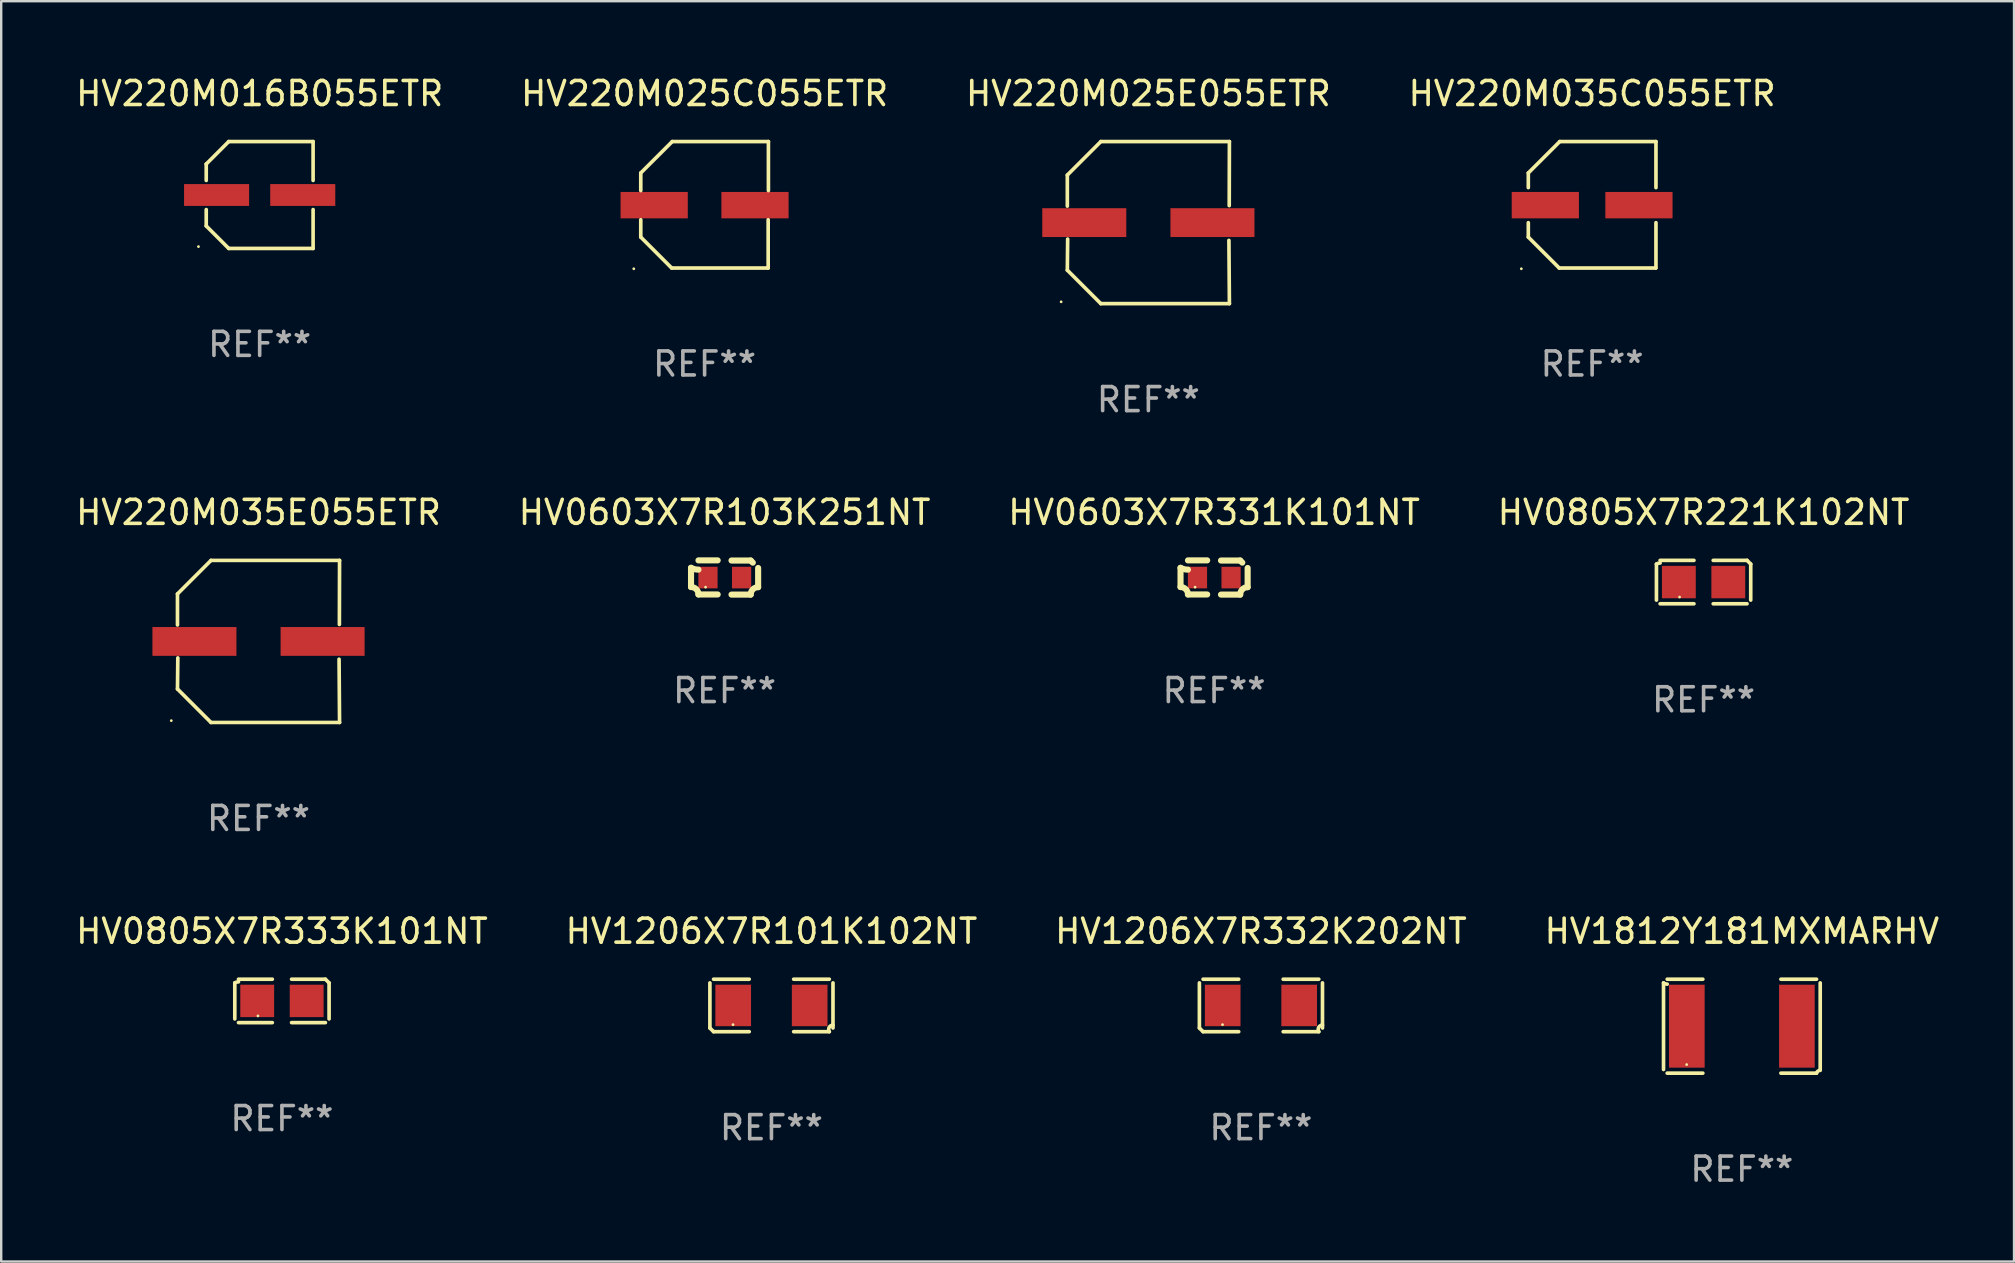
<source format=kicad_pcb>
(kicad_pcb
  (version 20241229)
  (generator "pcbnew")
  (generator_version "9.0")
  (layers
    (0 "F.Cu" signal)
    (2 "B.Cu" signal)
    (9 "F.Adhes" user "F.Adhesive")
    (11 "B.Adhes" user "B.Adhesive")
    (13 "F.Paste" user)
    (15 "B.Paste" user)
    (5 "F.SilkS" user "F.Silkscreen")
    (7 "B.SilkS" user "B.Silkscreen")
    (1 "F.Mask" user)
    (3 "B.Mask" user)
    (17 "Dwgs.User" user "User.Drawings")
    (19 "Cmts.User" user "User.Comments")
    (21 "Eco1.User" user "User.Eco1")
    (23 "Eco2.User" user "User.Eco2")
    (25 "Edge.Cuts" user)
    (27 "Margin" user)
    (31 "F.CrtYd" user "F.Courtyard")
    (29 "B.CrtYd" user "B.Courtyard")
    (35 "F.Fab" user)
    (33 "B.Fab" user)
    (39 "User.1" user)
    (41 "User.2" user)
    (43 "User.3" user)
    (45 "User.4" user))
  (footprint "HV0603X7R331K101NT"
    (layer "F.Cu")
    (at 47.53 21.009)
    (property "Reference" "HV0603X7R331K101NT" (at 0 -2.713 0) (layer "F.SilkS") (effects (font (size 1 1) (thickness 0.15))))
    (attr through_hole)
    (fp_line (start -1.398 -0.403) (end -1.398 0.397) (stroke (width 0.254) (type solid)) (layer "F.SilkS"))
    (fp_line (start -0.288 -0.713) (end -1.088 -0.713) (stroke (width 0.254) (type solid)) (layer "F.SilkS"))
    (fp_line (start -0.288 0.707) (end -1.088 0.707) (stroke (width 0.254) (type solid)) (layer "F.SilkS"))
    (fp_line (start 0.288 -0.707) (end 1.088 -0.707) (stroke (width 0.254) (type solid)) (layer "F.SilkS"))
    (fp_line (start 0.288 0.713) (end 1.088 0.713) (stroke (width 0.254) (type solid)) (layer "F.SilkS"))
    (fp_line (start 1.398 -0.397) (end 1.398 0.403) (stroke (width 0.254) (type solid)) (layer "F.SilkS"))
    (fp_arc (start -1.397789 0.397066) (mid -1.178701 0.487826) (end -1.08796 0.706922) (stroke (width 0.254001) (type solid)) (layer "F.SilkS"))
    (fp_arc (start -1.08796 -0.327176) (mid -1.247436 -0.346384) (end -1.39779 -0.402908) (stroke (width 0.254001) (type solid)) (layer "F.SilkS"))
    (fp_arc (start 1.087909 0.712738) (mid 1.178656 0.493655) (end 1.397739 0.402908) (stroke (width 0.254001) (type solid)) (layer "F.SilkS"))
    (fp_arc (start 1.175925 -0.618926) (mid 1.131917 -0.662923) (end 1.08791 -0.706922) (stroke (width 0.254001) (type solid)) (layer "F.SilkS"))
    (fp_circle (center -0.792 0.403) (end -0.762 0.403) (stroke (width 0.06) (type solid)) (fill no) (layer "F.SilkS"))
    (fp_text user "REF**" (at 0 4.713 0) (layer "F.Fab") (effects (font (size 1 1) (thickness 0.15))))
    (pad "1" smd rect (at -0.692 0.003) (size 0.8 0.9) (layers "F.Cu" "F.Mask" "F.Paste"))
    (pad "2" smd rect (at 0.708 0.003) (size 0.8 0.9) (layers "F.Cu" "F.Mask" "F.Paste")))
  (footprint "HV1206X7R332K202NT"
    (layer "F.Cu")
    (at 49.482 38.838)
    (property "Reference" "HV1206X7R332K202NT" (at 0 -3.093 0) (layer "F.SilkS") (effects (font (size 1 1) (thickness 0.15))))
    (attr through_hole)
    (fp_line (start -2.564 0.94) (end -2.564 -0.94) (stroke (width 0.152) (type solid)) (layer "F.SilkS"))
    (fp_line (start -2.411 -1.093) (end -0.926 -1.093) (stroke (width 0.152) (type solid)) (layer "F.SilkS"))
    (fp_line (start -0.926 1.093) (end -2.411 1.093) (stroke (width 0.152) (type solid)) (layer "F.SilkS"))
    (fp_line (start 0.926 1.093) (end 2.411 1.093) (stroke (width 0.152) (type solid)) (layer "F.SilkS"))
    (fp_line (start 2.411 -1.093) (end 0.926 -1.093) (stroke (width 0.152) (type solid)) (layer "F.SilkS"))
    (fp_line (start 2.564 0.94) (end 2.564 -0.94) (stroke (width 0.152) (type solid)) (layer "F.SilkS"))
    (fp_arc (start -2.411201 1.092609) (mid -2.487413 1.01642) (end -2.563602 0.940208) (stroke (width 0.1524) (type solid)) (layer "F.SilkS"))
    (fp_arc (start 2.411201 1.092609) (mid 2.407159 0.911226) (end 2.563602 0.819347) (stroke (width 0.1524) (type solid)) (layer "F.SilkS"))
    (fp_circle (center -1.6 0.8) (end -1.57 0.8) (stroke (width 0.06) (type solid)) (fill no) (layer "F.SilkS"))
    (fp_text user "REF**" (at 0 5.093 0) (layer "F.Fab") (effects (font (size 1 1) (thickness 0.15))))
    (pad "1" smd rect (at -1.593 0) (size 1.485 1.728) (layers "F.Cu" "F.Mask" "F.Paste"))
    (pad "2" smd rect (at 1.593 0) (size 1.485 1.728) (layers "F.Cu" "F.Mask" "F.Paste")))
  (footprint "HV1812Y181MXMARHV"
    (layer "F.Cu")
    (at 69.518 39.702)
    (property "Reference" "HV1812Y181MXMARHV" (at 0 -3.957 0) (layer "F.SilkS") (effects (font (size 1 1) (thickness 0.15))))
    (attr through_hole)
    (fp_line (start -3.264 1.804) (end -3.264 -1.804) (stroke (width 0.152) (type solid)) (layer "F.SilkS"))
    (fp_line (start -3.111 -1.957) (end -1.626 -1.957) (stroke (width 0.152) (type solid)) (layer "F.SilkS"))
    (fp_line (start -1.626 1.957) (end -3.111 1.957) (stroke (width 0.152) (type solid)) (layer "F.SilkS"))
    (fp_line (start 1.626 1.957) (end 3.111 1.957) (stroke (width 0.152) (type solid)) (layer "F.SilkS"))
    (fp_line (start 3.111 -1.957) (end 1.626 -1.957) (stroke (width 0.152) (type solid)) (layer "F.SilkS"))
    (fp_line (start 3.264 1.804) (end 3.264 -1.804) (stroke (width 0.152) (type solid)) (layer "F.SilkS"))
    (fp_arc (start -3.111202 -1.752192) (mid -3.191715 -1.76555) (end -3.263602 -1.804191) (stroke (width 0.1524) (type solid)) (layer "F.SilkS"))
    (fp_arc (start 3.111201 1.956591) (mid 3.167789 1.872777) (end 3.263602 1.840424) (stroke (width 0.1524) (type solid)) (layer "F.SilkS"))
    (fp_circle (center -2.3 1.6) (end -2.27 1.6) (stroke (width 0.06) (type solid)) (fill no) (layer "F.SilkS"))
    (fp_text user "REF**" (at 0 5.957 0) (layer "F.Fab") (effects (font (size 1 1) (thickness 0.15))))
    (pad "1" smd rect (at -2.293 0) (size 1.485 3.456) (layers "F.Cu" "F.Mask" "F.Paste"))
    (pad "2" smd rect (at 2.293 0) (size 1.485 3.456) (layers "F.Cu" "F.Mask" "F.Paste")))
  (footprint "HV220M035E055ETR"
    (layer "F.Cu")
    (at 7.72 23.673)
    (property "Reference" "HV220M035E055ETR" (at 0 -5.376 0) (layer "F.SilkS") (effects (font (size 1 1) (thickness 0.15))))
    (attr through_hole)
    (fp_line (start -3.376 -1.98) (end -3.376 -0.686) (stroke (width 0.152) (type solid)) (layer "F.SilkS"))
    (fp_line (start -3.376 1.981) (end -3.362 0.686) (stroke (width 0.152) (type solid)) (layer "F.SilkS"))
    (fp_line (start -1.981 3.376) (end -3.376 1.981) (stroke (width 0.152) (type solid)) (layer "F.SilkS"))
    (fp_line (start -1.98 -3.376) (end -3.376 -1.98) (stroke (width 0.152) (type solid)) (layer "F.SilkS"))
    (fp_line (start 3.356 0.74) (end 3.376 3.376) (stroke (width 0.152) (type solid)) (layer "F.SilkS"))
    (fp_line (start 3.369 -0.707) (end 3.376 -3.376) (stroke (width 0.152) (type solid)) (layer "F.SilkS"))
    (fp_line (start 3.376 3.376) (end -1.981 3.376) (stroke (width 0.152) (type solid)) (layer "F.SilkS"))
    (fp_line (start 3.376 -3.376) (end -1.98 -3.376) (stroke (width 0.152) (type solid)) (layer "F.SilkS"))
    (fp_circle (center -3.634 3.3) (end -3.604 3.3) (stroke (width 0.06) (type solid)) (fill no) (layer "F.SilkS"))
    (fp_text user "REF**" (at 0 7.376 0) (layer "F.Fab") (effects (font (size 1 1) (thickness 0.15))))
    (pad "1" smd rect (at -2.67 0.000254) (size 3.5 1.2) (layers "F.Cu" "F.Mask" "F.Paste"))
    (pad "2" smd rect (at 2.67 0.000254) (size 3.5 1.2) (layers "F.Cu" "F.Mask" "F.Paste")))
  (footprint "HV0805X7R221K102NT"
    (layer "F.Cu")
    (at 67.923 21.2)
    (property "Reference" "HV0805X7R221K102NT" (at 0 -2.904 0) (layer "F.SilkS") (effects (font (size 1 1) (thickness 0.15))))
    (attr through_hole)
    (fp_line (start -1.964 0.751) (end -1.964 -0.751) (stroke (width 0.152) (type solid)) (layer "F.SilkS"))
    (fp_line (start -1.811 -0.904) (end -0.401 -0.904) (stroke (width 0.152) (type solid)) (layer "F.SilkS"))
    (fp_line (start -0.401 0.904) (end -1.811 0.904) (stroke (width 0.152) (type solid)) (layer "F.SilkS"))
    (fp_line (start 0.401 0.904) (end 1.811 0.904) (stroke (width 0.152) (type solid)) (layer "F.SilkS"))
    (fp_line (start 1.811 -0.904) (end 0.401 -0.904) (stroke (width 0.152) (type solid)) (layer "F.SilkS"))
    (fp_line (start 1.964 0.751) (end 1.964 -0.751) (stroke (width 0.152) (type solid)) (layer "F.SilkS"))
    (fp_arc (start -1.963602 -0.751207) (mid -1.890354 -0.783131) (end -1.811201 -0.794044) (stroke (width 0.1524) (type solid)) (layer "F.SilkS"))
    (fp_arc (start 1.811202 -0.903607) (mid 1.887413 -0.827418) (end 1.963602 -0.751207) (stroke (width 0.1524) (type solid)) (layer "F.SilkS"))
    (fp_circle (center -1 0.625) (end -0.97 0.625) (stroke (width 0.06) (type solid)) (fill no) (layer "F.SilkS"))
    (fp_text user "REF**" (at 0 4.904 0) (layer "F.Fab") (effects (font (size 1 1) (thickness 0.15))))
    (pad "1" smd rect (at -1.03 0) (size 1.41 1.35) (layers "F.Cu" "F.Mask" "F.Paste"))
    (pad "2" smd rect (at 1.03 0) (size 1.41 1.35) (layers "F.Cu" "F.Mask" "F.Paste")))
  (footprint "HV1206X7R101K102NT"
    (layer "F.Cu")
    (at 29.089 38.838)
    (property "Reference" "HV1206X7R101K102NT" (at 0 -3.093 0) (layer "F.SilkS") (effects (font (size 1 1) (thickness 0.15))))
    (attr through_hole)
    (fp_line (start -2.564 0.94) (end -2.564 -0.94) (stroke (width 0.152) (type solid)) (layer "F.SilkS"))
    (fp_line (start -2.411 -1.093) (end -0.926 -1.093) (stroke (width 0.152) (type solid)) (layer "F.SilkS"))
    (fp_line (start -0.926 1.093) (end -2.411 1.093) (stroke (width 0.152) (type solid)) (layer "F.SilkS"))
    (fp_line (start 0.926 1.093) (end 2.411 1.093) (stroke (width 0.152) (type solid)) (layer "F.SilkS"))
    (fp_line (start 2.411 -1.093) (end 0.926 -1.093) (stroke (width 0.152) (type solid)) (layer "F.SilkS"))
    (fp_line (start 2.564 0.94) (end 2.564 -0.94) (stroke (width 0.152) (type solid)) (layer "F.SilkS"))
    (fp_arc (start -2.411201 1.092609) (mid -2.487413 1.01642) (end -2.563602 0.940208) (stroke (width 0.1524) (type solid)) (layer "F.SilkS"))
    (fp_arc (start 2.411201 1.092609) (mid 2.407159 0.911226) (end 2.563602 0.819347) (stroke (width 0.1524) (type solid)) (layer "F.SilkS"))
    (fp_circle (center -1.6 0.8) (end -1.57 0.8) (stroke (width 0.06) (type solid)) (fill no) (layer "F.SilkS"))
    (fp_text user "REF**" (at 0 5.093 0) (layer "F.Fab") (effects (font (size 1 1) (thickness 0.15))))
    (pad "1" smd rect (at -1.593 0) (size 1.485 1.728) (layers "F.Cu" "F.Mask" "F.Paste"))
    (pad "2" smd rect (at 1.593 0) (size 1.485 1.728) (layers "F.Cu" "F.Mask" "F.Paste")))
  (footprint "HV0603X7R103K251NT"
    (layer "F.Cu")
    (at 27.137 21.009)
    (property "Reference" "HV0603X7R103K251NT" (at 0 -2.713 0) (layer "F.SilkS") (effects (font (size 1 1) (thickness 0.15))))
    (attr through_hole)
    (fp_line (start -1.398 -0.403) (end -1.398 0.397) (stroke (width 0.254) (type solid)) (layer "F.SilkS"))
    (fp_line (start -0.288 -0.713) (end -1.088 -0.713) (stroke (width 0.254) (type solid)) (layer "F.SilkS"))
    (fp_line (start -0.288 0.707) (end -1.088 0.707) (stroke (width 0.254) (type solid)) (layer "F.SilkS"))
    (fp_line (start 0.288 -0.707) (end 1.088 -0.707) (stroke (width 0.254) (type solid)) (layer "F.SilkS"))
    (fp_line (start 0.288 0.713) (end 1.088 0.713) (stroke (width 0.254) (type solid)) (layer "F.SilkS"))
    (fp_line (start 1.398 -0.397) (end 1.398 0.403) (stroke (width 0.254) (type solid)) (layer "F.SilkS"))
    (fp_arc (start -1.397789 0.397066) (mid -1.178701 0.487826) (end -1.08796 0.706922) (stroke (width 0.254001) (type solid)) (layer "F.SilkS"))
    (fp_arc (start -1.08796 -0.327176) (mid -1.247436 -0.346384) (end -1.39779 -0.402908) (stroke (width 0.254001) (type solid)) (layer "F.SilkS"))
    (fp_arc (start 1.087909 0.712738) (mid 1.178656 0.493655) (end 1.397739 0.402908) (stroke (width 0.254001) (type solid)) (layer "F.SilkS"))
    (fp_arc (start 1.175925 -0.618926) (mid 1.131917 -0.662923) (end 1.08791 -0.706922) (stroke (width 0.254001) (type solid)) (layer "F.SilkS"))
    (fp_circle (center -0.792 0.403) (end -0.762 0.403) (stroke (width 0.06) (type solid)) (fill no) (layer "F.SilkS"))
    (fp_text user "REF**" (at 0 4.713 0) (layer "F.Fab") (effects (font (size 1 1) (thickness 0.15))))
    (pad "1" smd rect (at -0.692 0.003) (size 0.8 0.9) (layers "F.Cu" "F.Mask" "F.Paste"))
    (pad "2" smd rect (at 0.708 0.003) (size 0.8 0.9) (layers "F.Cu" "F.Mask" "F.Paste")))
  (footprint "HV0805X7R333K101NT"
    (layer "F.Cu")
    (at 8.696 38.649)
    (property "Reference" "HV0805X7R333K101NT" (at 0 -2.904 0) (layer "F.SilkS") (effects (font (size 1 1) (thickness 0.15))))
    (attr through_hole)
    (fp_line (start -1.964 0.751) (end -1.964 -0.751) (stroke (width 0.152) (type solid)) (layer "F.SilkS"))
    (fp_line (start -1.811 -0.904) (end -0.401 -0.904) (stroke (width 0.152) (type solid)) (layer "F.SilkS"))
    (fp_line (start -0.401 0.904) (end -1.811 0.904) (stroke (width 0.152) (type solid)) (layer "F.SilkS"))
    (fp_line (start 0.401 0.904) (end 1.811 0.904) (stroke (width 0.152) (type solid)) (layer "F.SilkS"))
    (fp_line (start 1.811 -0.904) (end 0.401 -0.904) (stroke (width 0.152) (type solid)) (layer "F.SilkS"))
    (fp_line (start 1.964 0.751) (end 1.964 -0.751) (stroke (width 0.152) (type solid)) (layer "F.SilkS"))
    (fp_arc (start -1.963602 -0.751207) (mid -1.890354 -0.783131) (end -1.811201 -0.794044) (stroke (width 0.1524) (type solid)) (layer "F.SilkS"))
    (fp_arc (start 1.811202 -0.903607) (mid 1.887413 -0.827418) (end 1.963602 -0.751207) (stroke (width 0.1524) (type solid)) (layer "F.SilkS"))
    (fp_circle (center -1 0.625) (end -0.97 0.625) (stroke (width 0.06) (type solid)) (fill no) (layer "F.SilkS"))
    (fp_text user "REF**" (at 0 4.904 0) (layer "F.Fab") (effects (font (size 1 1) (thickness 0.15))))
    (pad "1" smd rect (at -1.03 0) (size 1.41 1.35) (layers "F.Cu" "F.Mask" "F.Paste"))
    (pad "2" smd rect (at 1.03 0) (size 1.41 1.35) (layers "F.Cu" "F.Mask" "F.Paste")))
  (footprint "HV220M025E055ETR"
    (layer "F.Cu")
    (at 44.792 6.224)
    (property "Reference" "HV220M025E055ETR" (at 0 -5.376 0) (layer "F.SilkS") (effects (font (size 1 1) (thickness 0.15))))
    (attr through_hole)
    (fp_line (start -3.376 -1.98) (end -3.376 -0.686) (stroke (width 0.152) (type solid)) (layer "F.SilkS"))
    (fp_line (start -3.376 1.981) (end -3.362 0.686) (stroke (width 0.152) (type solid)) (layer "F.SilkS"))
    (fp_line (start -1.981 3.376) (end -3.376 1.981) (stroke (width 0.152) (type solid)) (layer "F.SilkS"))
    (fp_line (start -1.98 -3.376) (end -3.376 -1.98) (stroke (width 0.152) (type solid)) (layer "F.SilkS"))
    (fp_line (start 3.356 0.74) (end 3.376 3.376) (stroke (width 0.152) (type solid)) (layer "F.SilkS"))
    (fp_line (start 3.369 -0.707) (end 3.376 -3.376) (stroke (width 0.152) (type solid)) (layer "F.SilkS"))
    (fp_line (start 3.376 3.376) (end -1.981 3.376) (stroke (width 0.152) (type solid)) (layer "F.SilkS"))
    (fp_line (start 3.376 -3.376) (end -1.98 -3.376) (stroke (width 0.152) (type solid)) (layer "F.SilkS"))
    (fp_circle (center -3.634 3.3) (end -3.604 3.3) (stroke (width 0.06) (type solid)) (fill no) (layer "F.SilkS"))
    (fp_text user "REF**" (at 0 7.376 0) (layer "F.Fab") (effects (font (size 1 1) (thickness 0.15))))
    (pad "1" smd rect (at -2.67 0.000254) (size 3.5 1.2) (layers "F.Cu" "F.Mask" "F.Paste"))
    (pad "2" smd rect (at 2.67 0.000254) (size 3.5 1.2) (layers "F.Cu" "F.Mask" "F.Paste")))
  (footprint "HV220M025C055ETR"
    (layer "F.Cu")
    (at 26.304 5.482)
    (property "Reference" "HV220M025C055ETR" (at 0 -4.634 0) (layer "F.SilkS") (effects (font (size 1 1) (thickness 0.15))))
    (attr through_hole)
    (fp_line (start -2.659 -1.326) (end -2.659 -0.592) (stroke (width 0.152) (type solid)) (layer "F.SilkS"))
    (fp_line (start -2.659 1.346) (end -2.659 0.622) (stroke (width 0.152) (type solid)) (layer "F.SilkS"))
    (fp_line (start -1.372 2.634) (end -2.659 1.346) (stroke (width 0.152) (type solid)) (layer "F.SilkS"))
    (fp_line (start -1.349 -2.634) (end -2.659 -1.326) (stroke (width 0.152) (type solid)) (layer "F.SilkS"))
    (fp_line (start 2.649 0.622) (end 2.649 2.634) (stroke (width 0.152) (type solid)) (layer "F.SilkS"))
    (fp_line (start 2.649 2.634) (end -1.372 2.634) (stroke (width 0.152) (type solid)) (layer "F.SilkS"))
    (fp_line (start 2.659 -2.634) (end -1.349 -2.634) (stroke (width 0.152) (type solid)) (layer "F.SilkS"))
    (fp_line (start 2.659 -0.592) (end 2.659 -2.634) (stroke (width 0.152) (type solid)) (layer "F.SilkS"))
    (fp_circle (center -2.95 2.665) (end -2.92 2.665) (stroke (width 0.06) (type solid)) (fill no) (layer "F.SilkS"))
    (fp_text user "REF**" (at 0 6.634 0) (layer "F.Fab") (effects (font (size 1 1) (thickness 0.15))))
    (pad "1" smd rect (at -2.1 0.015) (size 2.8 1.1) (layers "F.Cu" "F.Mask" "F.Paste"))
    (pad "2" smd rect (at 2.1 0.015) (size 2.8 1.1) (layers "F.Cu" "F.Mask" "F.Paste")))
  (footprint "HV220M016B055ETR"
    (layer "F.Cu")
    (at 7.768 5.074)
    (property "Reference" "HV220M016B055ETR" (at 0 -4.226 0) (layer "F.SilkS") (effects (font (size 1 1) (thickness 0.15))))
    (attr through_hole)
    (fp_line (start -2.226 -1.29) (end -1.29 -2.226) (stroke (width 0.152) (type solid)) (layer "F.SilkS"))
    (fp_line (start -2.226 -0.607) (end -2.226 -1.29) (stroke (width 0.152) (type solid)) (layer "F.SilkS"))
    (fp_line (start -2.226 0.607) (end -2.226 1.29) (stroke (width 0.152) (type solid)) (layer "F.SilkS"))
    (fp_line (start -2.226 1.29) (end -1.29 2.226) (stroke (width 0.152) (type solid)) (layer "F.SilkS"))
    (fp_line (start -1.29 -2.226) (end 2.226 -2.226) (stroke (width 0.152) (type solid)) (layer "F.SilkS"))
    (fp_line (start -1.29 2.226) (end 2.226 2.226) (stroke (width 0.152) (type solid)) (layer "F.SilkS"))
    (fp_line (start 2.226 -2.226) (end 2.226 -0.607) (stroke (width 0.152) (type solid)) (layer "F.SilkS"))
    (fp_line (start 2.226 2.226) (end 2.226 0.607) (stroke (width 0.152) (type solid)) (layer "F.SilkS"))
    (fp_circle (center -2.55 2.15) (end -2.52 2.15) (stroke (width 0.06) (type solid)) (fill no) (layer "F.SilkS"))
    (fp_text user "REF**" (at 0 6.226 0) (layer "F.Fab") (effects (font (size 1 1) (thickness 0.15))))
    (pad "1" smd rect (at -1.795 -0.000013) (size 2.71 0.91) (layers "F.Cu" "F.Mask" "F.Paste"))
    (pad "2" smd rect (at 1.795 -0.000013) (size 2.71 0.91) (layers "F.Cu" "F.Mask" "F.Paste")))
  (footprint "HV220M035C055ETR"
    (layer "F.Cu")
    (at 63.28 5.482)
    (property "Reference" "HV220M035C055ETR" (at 0 -4.634 0) (layer "F.SilkS") (effects (font (size 1 1) (thickness 0.15))))
    (attr through_hole)
    (fp_line (start -2.659 -1.326) (end -2.659 -0.715) (stroke (width 0.152) (type solid)) (layer "F.SilkS"))
    (fp_line (start -2.659 0.745) (end -2.659 1.346) (stroke (width 0.152) (type solid)) (layer "F.SilkS"))
    (fp_line (start -1.372 2.634) (end -2.659 1.346) (stroke (width 0.152) (type solid)) (layer "F.SilkS"))
    (fp_line (start -1.349 -2.634) (end -2.659 -1.326) (stroke (width 0.152) (type solid)) (layer "F.SilkS"))
    (fp_line (start 2.649 2.634) (end -1.372 2.634) (stroke (width 0.152) (type solid)) (layer "F.SilkS"))
    (fp_line (start 2.659 -2.634) (end -1.349 -2.634) (stroke (width 0.152) (type solid)) (layer "F.SilkS"))
    (fp_line (start 2.659 -2.634) (end 2.659 -0.715) (stroke (width 0.152) (type solid)) (layer "F.SilkS"))
    (fp_line (start 2.659 0.745) (end 2.659 2.634) (stroke (width 0.152) (type solid)) (layer "F.SilkS"))
    (fp_circle (center -2.95 2.665) (end -2.92 2.665) (stroke (width 0.06) (type solid)) (fill no) (layer "F.SilkS"))
    (fp_text user "REF**" (at 0 6.634 0) (layer "F.Fab") (effects (font (size 1 1) (thickness 0.15))))
    (pad "1" smd rect (at -1.95 0.015) (size 2.8 1.1) (layers "F.Cu" "F.Mask" "F.Paste"))
    (pad "2" smd rect (at 1.95 0.015) (size 2.8 1.1) (layers "F.Cu" "F.Mask" "F.Paste")))
  (gr_rect
    (start -3 -3)
    (end 80.857 49.506)
    (stroke (width 0.1) (type default))
    (fill no)
    (layer "Edge.Cuts")))
</source>
